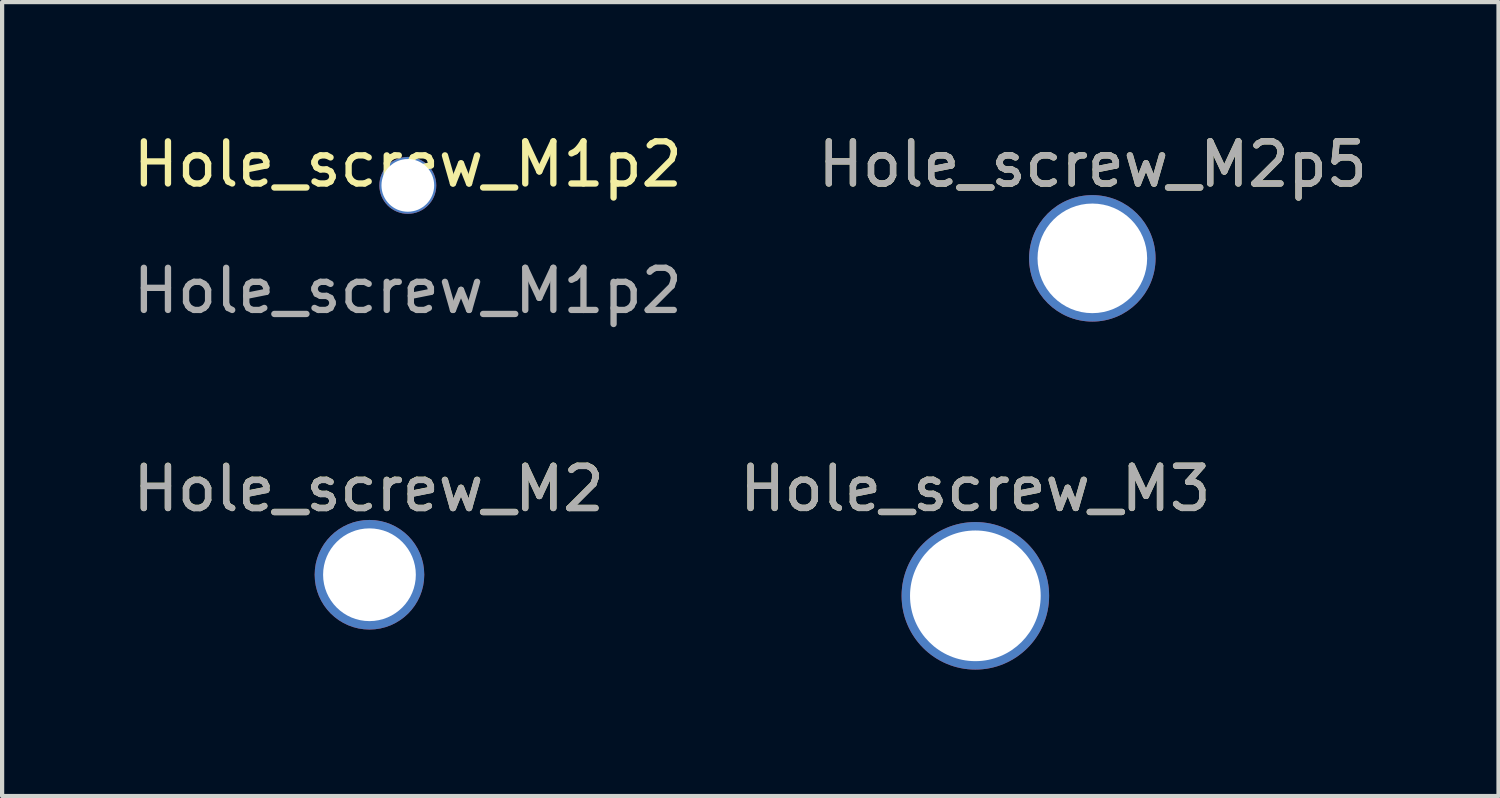
<source format=kicad_pcb>
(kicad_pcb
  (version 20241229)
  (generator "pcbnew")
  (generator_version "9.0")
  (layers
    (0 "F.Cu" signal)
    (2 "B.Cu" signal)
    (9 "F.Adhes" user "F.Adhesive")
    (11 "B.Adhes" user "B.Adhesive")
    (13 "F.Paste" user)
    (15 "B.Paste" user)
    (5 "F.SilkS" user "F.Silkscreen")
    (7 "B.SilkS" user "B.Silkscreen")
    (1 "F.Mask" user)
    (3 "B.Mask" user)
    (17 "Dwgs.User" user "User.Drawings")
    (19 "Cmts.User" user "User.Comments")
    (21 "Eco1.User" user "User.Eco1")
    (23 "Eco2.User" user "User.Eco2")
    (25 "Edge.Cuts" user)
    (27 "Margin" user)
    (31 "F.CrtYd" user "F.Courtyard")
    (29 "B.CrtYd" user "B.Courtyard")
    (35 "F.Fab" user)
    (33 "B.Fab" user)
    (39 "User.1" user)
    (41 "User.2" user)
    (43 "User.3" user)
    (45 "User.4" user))
  (footprint "Hole_screw_M2"
    (layer "F.Cu")
    (at 5.715 10.585)
    (property "Reference" "Hole_screw_M2" (at -0.019 -2.04 0) (unlocked yes) (layer "F.SilkS") (effects (font (size 1 1) (thickness 0.15))))
    (attr smd)
    (fp_text user "${REFERENCE}" (at -0.019 -2.036 0) (unlocked yes) (layer "F.Fab") (effects (font (size 1 1) (thickness 0.15))))
    (pad "1" thru_hole circle (at 0 0) (size 2.6 2.6) (drill 2.2) (layers "*.Cu" "*.Mask")))
  (footprint "Hole_screw_M1p2"
    (layer "F.Cu")
    (at 6.625 1.348)
    (property "Reference" "Hole_screw_M1p2" (at 0 -0.5 0) (unlocked yes) (layer "F.SilkS") (effects (font (size 1 1) (thickness 0.15))))
    (attr smd)
    (fp_text user "${REFERENCE}" (at 0 2.5 0) (unlocked yes) (layer "F.Fab") (effects (font (size 1 1) (thickness 0.15))))
    (pad "1" thru_hole circle (at 0 0) (size 1.35 1.35) (drill 1.25) (layers "*.Cu" "*.Mask")))
  (footprint "Hole_screw_M3"
    (layer "F.Cu")
    (at 20.089 11.085)
    (property "Reference" "Hole_screw_M3" (at 0 -2.54 0) (unlocked yes) (layer "F.SilkS") (effects (font (size 1 1) (thickness 0.15))))
    (attr through_hole)
    (fp_text user "${REFERENCE}" (at 0 -2.54 0) (unlocked yes) (layer "F.Fab") (effects (font (size 1 1) (thickness 0.15))))
    (pad "1" thru_hole circle (at 0 0) (size 3.5 3.5) (drill 3.1) (layers "*.Cu" "*.Mask")))
  (footprint "Hole_screw_M2p5"
    (layer "F.Cu")
    (at 22.864 3.079)
    (property "Reference" "Hole_screw_M2p5" (at 0.011 -2.231 0) (unlocked yes) (layer "F.SilkS") (effects (font (size 1 1) (thickness 0.15))))
    (attr smd)
    (fp_text user "${REFERENCE}" (at 0.011 -2.231 0) (unlocked yes) (layer "F.Fab") (effects (font (size 1 1) (thickness 0.15))))
    (pad "1" thru_hole circle (at 0 0) (size 3 3) (drill 2.6) (layers "*.Cu" "*.Mask")))
  (gr_rect
    (start -3 -3)
    (end 32.5 15.835)
    (stroke (width 0.1) (type default))
    (fill no)
    (layer "Edge.Cuts")))
</source>
